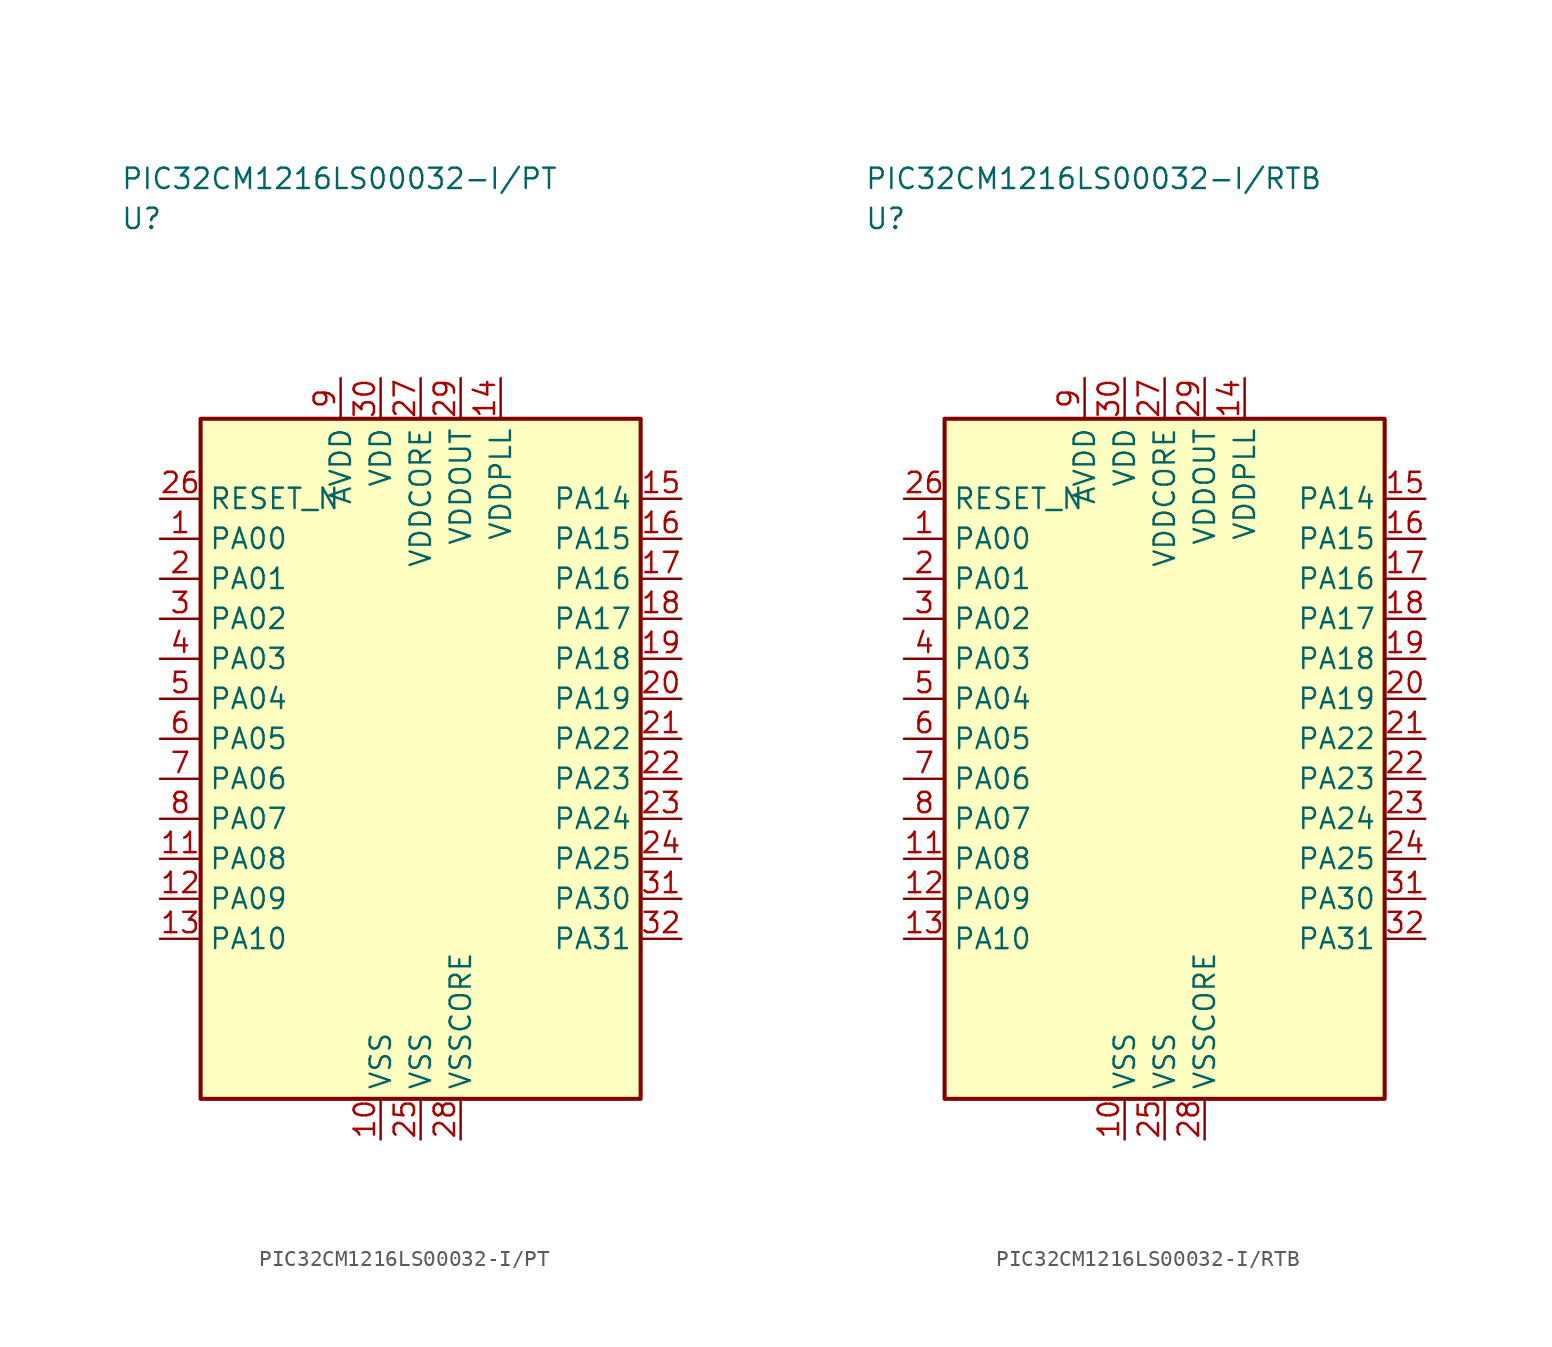
<source format=kicad_sym>
(kicad_symbol_lib
  (version 20241025)
  (generator "kicad_symbol_editor")
  (generator_version "8.0")
  (symbol "PIC32CM1216LS00032-I/PT"
    (property "Reference" "U"
      (at -18.75 33.75 0)
      (effects (font (size 1.27 1.27)) (justify left)))
    (property "Value" "PIC32CM1216LS00032-I/PT"
      (at -18.75 36.25 0)
      (effects (font (size 1.27 1.27)) (justify left)))
    (symbol "PIC32CM1216LS00032-I/PT_0_1"
      (rectangle (start -13.75 21.25) (end 13.75 -21.25) (stroke (width 0.254) (type default)) (fill (type background))))
    (symbol "PIC32CM1216LS00032-I/PT_1_1"
      (pin bidirectional line (at -16.29 13.75 0.0) (length 2.54) (name "PA00" (effects (font (size 1.27 1.27)))) (number "1" (effects (font (size 1.27 1.27)))))
      (pin bidirectional line (at -16.29 11.25 0.0) (length 2.54) (name "PA01" (effects (font (size 1.27 1.27)))) (number "2" (effects (font (size 1.27 1.27)))))
      (pin bidirectional line (at -16.29 8.75 0.0) (length 2.54) (name "PA02" (effects (font (size 1.27 1.27)))) (number "3" (effects (font (size 1.27 1.27)))))
      (pin bidirectional line (at -16.29 6.25 0.0) (length 2.54) (name "PA03" (effects (font (size 1.27 1.27)))) (number "4" (effects (font (size 1.27 1.27)))))
      (pin bidirectional line (at -16.29 3.75 0.0) (length 2.54) (name "PA04" (effects (font (size 1.27 1.27)))) (number "5" (effects (font (size 1.27 1.27)))))
      (pin bidirectional line (at -16.29 1.25 0.0) (length 2.54) (name "PA05" (effects (font (size 1.27 1.27)))) (number "6" (effects (font (size 1.27 1.27)))))
      (pin bidirectional line (at -16.29 -1.25 0.0) (length 2.54) (name "PA06" (effects (font (size 1.27 1.27)))) (number "7" (effects (font (size 1.27 1.27)))))
      (pin bidirectional line (at -16.29 -3.75 0.0) (length 2.54) (name "PA07" (effects (font (size 1.27 1.27)))) (number "8" (effects (font (size 1.27 1.27)))))
      (pin power_in line (at -5.0 23.79 270.0) (length 2.54) (name "AVDD" (effects (font (size 1.27 1.27)))) (number "9" (effects (font (size 1.27 1.27)))))
      (pin passive line (at -2.5 -23.79 90.0) (length 2.54) (name "VSS" (effects (font (size 1.27 1.27)))) (number "10" (effects (font (size 1.27 1.27)))))
      (pin bidirectional line (at -16.29 -6.25 0.0) (length 2.54) (name "PA08" (effects (font (size 1.27 1.27)))) (number "11" (effects (font (size 1.27 1.27)))))
      (pin bidirectional line (at -16.29 -8.75 0.0) (length 2.54) (name "PA09" (effects (font (size 1.27 1.27)))) (number "12" (effects (font (size 1.27 1.27)))))
      (pin bidirectional line (at -16.29 -11.25 0.0) (length 2.54) (name "PA10" (effects (font (size 1.27 1.27)))) (number "13" (effects (font (size 1.27 1.27)))))
      (pin power_in line (at 5.0 23.79 270.0) (length 2.54) (name "VDDPLL" (effects (font (size 1.27 1.27)))) (number "14" (effects (font (size 1.27 1.27)))))
      (pin bidirectional line (at 16.29 16.25 180.0) (length 2.54) (name "PA14" (effects (font (size 1.27 1.27)))) (number "15" (effects (font (size 1.27 1.27)))))
      (pin bidirectional line (at 16.29 13.75 180.0) (length 2.54) (name "PA15" (effects (font (size 1.27 1.27)))) (number "16" (effects (font (size 1.27 1.27)))))
      (pin bidirectional line (at 16.29 11.25 180.0) (length 2.54) (name "PA16" (effects (font (size 1.27 1.27)))) (number "17" (effects (font (size 1.27 1.27)))))
      (pin bidirectional line (at 16.29 8.75 180.0) (length 2.54) (name "PA17" (effects (font (size 1.27 1.27)))) (number "18" (effects (font (size 1.27 1.27)))))
      (pin bidirectional line (at 16.29 6.25 180.0) (length 2.54) (name "PA18" (effects (font (size 1.27 1.27)))) (number "19" (effects (font (size 1.27 1.27)))))
      (pin bidirectional line (at 16.29 3.75 180.0) (length 2.54) (name "PA19" (effects (font (size 1.27 1.27)))) (number "20" (effects (font (size 1.27 1.27)))))
      (pin bidirectional line (at 16.29 1.25 180.0) (length 2.54) (name "PA22" (effects (font (size 1.27 1.27)))) (number "21" (effects (font (size 1.27 1.27)))))
      (pin bidirectional line (at 16.29 -1.25 180.0) (length 2.54) (name "PA23" (effects (font (size 1.27 1.27)))) (number "22" (effects (font (size 1.27 1.27)))))
      (pin bidirectional line (at 16.29 -3.75 180.0) (length 2.54) (name "PA24" (effects (font (size 1.27 1.27)))) (number "23" (effects (font (size 1.27 1.27)))))
      (pin bidirectional line (at 16.29 -6.25 180.0) (length 2.54) (name "PA25" (effects (font (size 1.27 1.27)))) (number "24" (effects (font (size 1.27 1.27)))))
      (pin passive line (at 0.0 -23.79 90.0) (length 2.54) (name "VSS" (effects (font (size 1.27 1.27)))) (number "25" (effects (font (size 1.27 1.27)))))
      (pin input line (at -16.29 16.25 0.0) (length 2.54) (name "RESET_N" (effects (font (size 1.27 1.27)))) (number "26" (effects (font (size 1.27 1.27)))))
      (pin power_in line (at 0.0 23.79 270.0) (length 2.54) (name "VDDCORE" (effects (font (size 1.27 1.27)))) (number "27" (effects (font (size 1.27 1.27)))))
      (pin passive line (at 2.5 -23.79 90.0) (length 2.54) (name "VSSCORE" (effects (font (size 1.27 1.27)))) (number "28" (effects (font (size 1.27 1.27)))))
      (pin power_in line (at 2.5 23.79 270.0) (length 2.54) (name "VDDOUT" (effects (font (size 1.27 1.27)))) (number "29" (effects (font (size 1.27 1.27)))))
      (pin power_in line (at -2.5 23.79 270.0) (length 2.54) (name "VDD" (effects (font (size 1.27 1.27)))) (number "30" (effects (font (size 1.27 1.27)))))
      (pin bidirectional line (at 16.29 -8.75 180.0) (length 2.54) (name "PA30" (effects (font (size 1.27 1.27)))) (number "31" (effects (font (size 1.27 1.27)))))
      (pin bidirectional line (at 16.29 -11.25 180.0) (length 2.54) (name "PA31" (effects (font (size 1.27 1.27)))) (number "32" (effects (font (size 1.27 1.27)))))))
  (symbol "PIC32CM1216LS00032-I/RTB"
    (property "Reference" "U"
      (at -18.75 33.75 0)
      (effects (font (size 1.27 1.27)) (justify left)))
    (property "Value" "PIC32CM1216LS00032-I/RTB"
      (at -18.75 36.25 0)
      (effects (font (size 1.27 1.27)) (justify left)))
    (symbol "PIC32CM1216LS00032-I/RTB_0_1"
      (rectangle (start -13.75 21.25) (end 13.75 -21.25) (stroke (width 0.254) (type default)) (fill (type background))))
    (symbol "PIC32CM1216LS00032-I/RTB_1_1"
      (pin bidirectional line (at -16.29 13.75 0.0) (length 2.54) (name "PA00" (effects (font (size 1.27 1.27)))) (number "1" (effects (font (size 1.27 1.27)))))
      (pin bidirectional line (at -16.29 11.25 0.0) (length 2.54) (name "PA01" (effects (font (size 1.27 1.27)))) (number "2" (effects (font (size 1.27 1.27)))))
      (pin bidirectional line (at -16.29 8.75 0.0) (length 2.54) (name "PA02" (effects (font (size 1.27 1.27)))) (number "3" (effects (font (size 1.27 1.27)))))
      (pin bidirectional line (at -16.29 6.25 0.0) (length 2.54) (name "PA03" (effects (font (size 1.27 1.27)))) (number "4" (effects (font (size 1.27 1.27)))))
      (pin bidirectional line (at -16.29 3.75 0.0) (length 2.54) (name "PA04" (effects (font (size 1.27 1.27)))) (number "5" (effects (font (size 1.27 1.27)))))
      (pin bidirectional line (at -16.29 1.25 0.0) (length 2.54) (name "PA05" (effects (font (size 1.27 1.27)))) (number "6" (effects (font (size 1.27 1.27)))))
      (pin bidirectional line (at -16.29 -1.25 0.0) (length 2.54) (name "PA06" (effects (font (size 1.27 1.27)))) (number "7" (effects (font (size 1.27 1.27)))))
      (pin bidirectional line (at -16.29 -3.75 0.0) (length 2.54) (name "PA07" (effects (font (size 1.27 1.27)))) (number "8" (effects (font (size 1.27 1.27)))))
      (pin power_in line (at -5.0 23.79 270.0) (length 2.54) (name "AVDD" (effects (font (size 1.27 1.27)))) (number "9" (effects (font (size 1.27 1.27)))))
      (pin passive line (at -2.5 -23.79 90.0) (length 2.54) (name "VSS" (effects (font (size 1.27 1.27)))) (number "10" (effects (font (size 1.27 1.27)))))
      (pin bidirectional line (at -16.29 -6.25 0.0) (length 2.54) (name "PA08" (effects (font (size 1.27 1.27)))) (number "11" (effects (font (size 1.27 1.27)))))
      (pin bidirectional line (at -16.29 -8.75 0.0) (length 2.54) (name "PA09" (effects (font (size 1.27 1.27)))) (number "12" (effects (font (size 1.27 1.27)))))
      (pin bidirectional line (at -16.29 -11.25 0.0) (length 2.54) (name "PA10" (effects (font (size 1.27 1.27)))) (number "13" (effects (font (size 1.27 1.27)))))
      (pin power_in line (at 5.0 23.79 270.0) (length 2.54) (name "VDDPLL" (effects (font (size 1.27 1.27)))) (number "14" (effects (font (size 1.27 1.27)))))
      (pin bidirectional line (at 16.29 16.25 180.0) (length 2.54) (name "PA14" (effects (font (size 1.27 1.27)))) (number "15" (effects (font (size 1.27 1.27)))))
      (pin bidirectional line (at 16.29 13.75 180.0) (length 2.54) (name "PA15" (effects (font (size 1.27 1.27)))) (number "16" (effects (font (size 1.27 1.27)))))
      (pin bidirectional line (at 16.29 11.25 180.0) (length 2.54) (name "PA16" (effects (font (size 1.27 1.27)))) (number "17" (effects (font (size 1.27 1.27)))))
      (pin bidirectional line (at 16.29 8.75 180.0) (length 2.54) (name "PA17" (effects (font (size 1.27 1.27)))) (number "18" (effects (font (size 1.27 1.27)))))
      (pin bidirectional line (at 16.29 6.25 180.0) (length 2.54) (name "PA18" (effects (font (size 1.27 1.27)))) (number "19" (effects (font (size 1.27 1.27)))))
      (pin bidirectional line (at 16.29 3.75 180.0) (length 2.54) (name "PA19" (effects (font (size 1.27 1.27)))) (number "20" (effects (font (size 1.27 1.27)))))
      (pin bidirectional line (at 16.29 1.25 180.0) (length 2.54) (name "PA22" (effects (font (size 1.27 1.27)))) (number "21" (effects (font (size 1.27 1.27)))))
      (pin bidirectional line (at 16.29 -1.25 180.0) (length 2.54) (name "PA23" (effects (font (size 1.27 1.27)))) (number "22" (effects (font (size 1.27 1.27)))))
      (pin bidirectional line (at 16.29 -3.75 180.0) (length 2.54) (name "PA24" (effects (font (size 1.27 1.27)))) (number "23" (effects (font (size 1.27 1.27)))))
      (pin bidirectional line (at 16.29 -6.25 180.0) (length 2.54) (name "PA25" (effects (font (size 1.27 1.27)))) (number "24" (effects (font (size 1.27 1.27)))))
      (pin passive line (at 0.0 -23.79 90.0) (length 2.54) (name "VSS" (effects (font (size 1.27 1.27)))) (number "25" (effects (font (size 1.27 1.27)))))
      (pin input line (at -16.29 16.25 0.0) (length 2.54) (name "RESET_N" (effects (font (size 1.27 1.27)))) (number "26" (effects (font (size 1.27 1.27)))))
      (pin power_in line (at 0.0 23.79 270.0) (length 2.54) (name "VDDCORE" (effects (font (size 1.27 1.27)))) (number "27" (effects (font (size 1.27 1.27)))))
      (pin passive line (at 2.5 -23.79 90.0) (length 2.54) (name "VSSCORE" (effects (font (size 1.27 1.27)))) (number "28" (effects (font (size 1.27 1.27)))))
      (pin power_in line (at 2.5 23.79 270.0) (length 2.54) (name "VDDOUT" (effects (font (size 1.27 1.27)))) (number "29" (effects (font (size 1.27 1.27)))))
      (pin power_in line (at -2.5 23.79 270.0) (length 2.54) (name "VDD" (effects (font (size 1.27 1.27)))) (number "30" (effects (font (size 1.27 1.27)))))
      (pin bidirectional line (at 16.29 -8.75 180.0) (length 2.54) (name "PA30" (effects (font (size 1.27 1.27)))) (number "31" (effects (font (size 1.27 1.27)))))
      (pin bidirectional line (at 16.29 -11.25 180.0) (length 2.54) (name "PA31" (effects (font (size 1.27 1.27)))) (number "32" (effects (font (size 1.27 1.27))))))))
</source>
